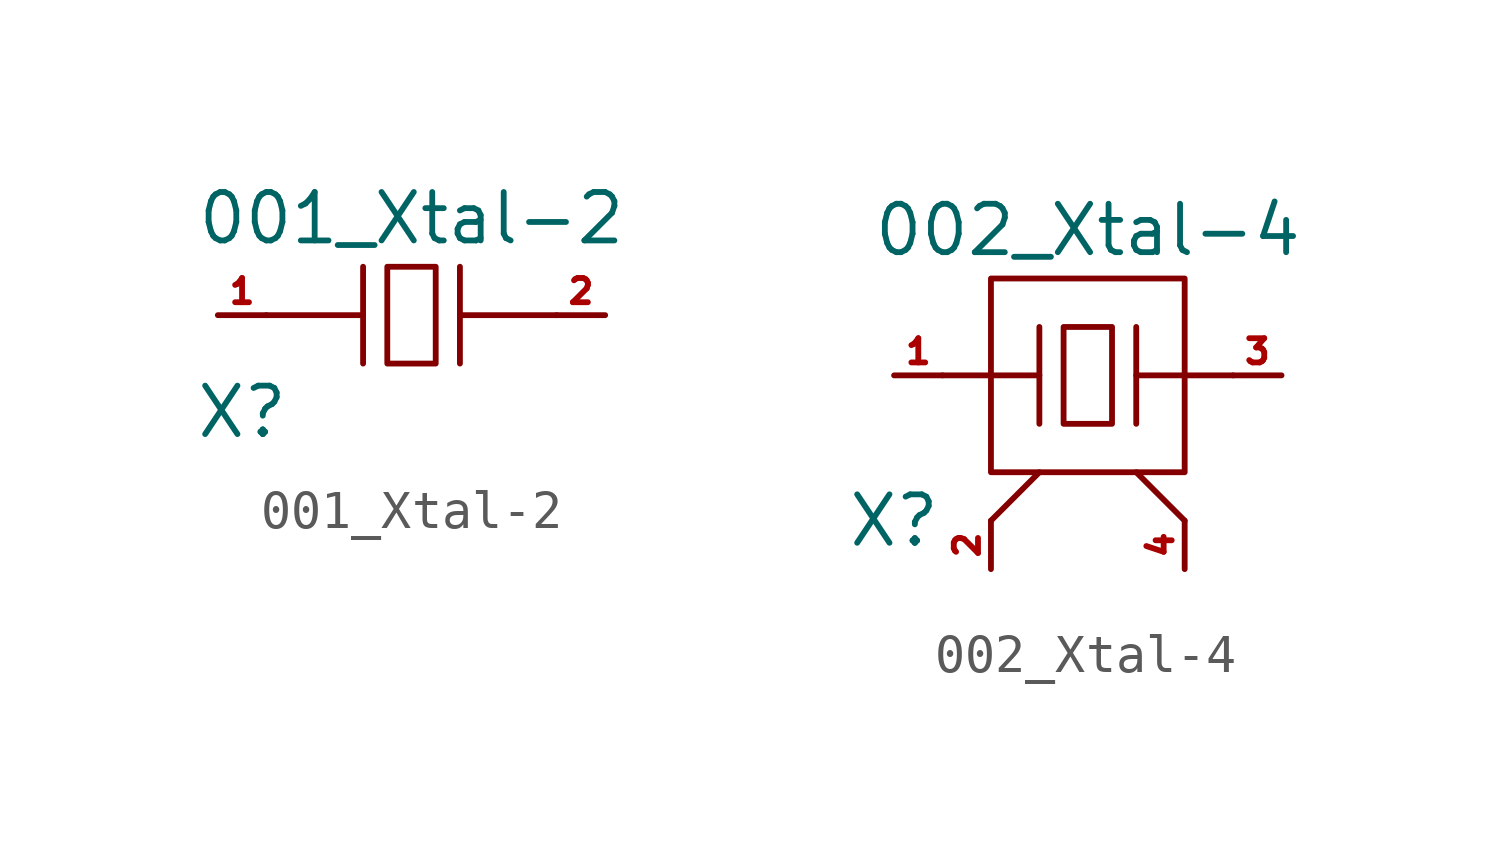
<source format=kicad_sym>
(kicad_symbol_lib
  (version 20211014)
  (generator kicad_symbol_editor)
  (symbol "001_Xtal-2"
    (property "Reference" "X"
      (at -4.445 -2.54 0)
      (effects (font (size 1.27 1.27))))
    (property "Value" "001_Xtal-2"
      (at 0 2.54 0)
      (effects (font (size 1.27 1.27))))
    (symbol "001_Xtal-2_0_1"
      (rectangle (start -0.635 1.27) (end 0.635 -1.27) (stroke (width 0) (type default) (color 0 0 0 0)) (fill (type none)))
      (polyline (pts (xy -3.81 0) (xy -1.27 0)) (stroke (width 0) (type default) (color 0 0 0 0)) (fill (type none)))
      (polyline (pts (xy -1.27 1.27) (xy -1.27 -1.27)) (stroke (width 0) (type default) (color 0 0 0 0)) (fill (type none)))
      (polyline (pts (xy 1.27 0) (xy 3.81 0)) (stroke (width 0) (type default) (color 0 0 0 0)) (fill (type none)))
      (polyline (pts (xy 1.27 1.27) (xy 1.27 -1.27)) (stroke (width 0) (type default) (color 0 0 0 0)) (fill (type none))))
    (symbol "001_Xtal-2_1_1"
      (pin passive line (at -5.08 0 0) (length 1.27) (name "" (effects (font (size 0.635 0.635)))) (number "1" (effects (font (size 0.635 0.635)))))
      (pin passive line (at 5.08 0 180) (length 1.27) (name "" (effects (font (size 0.635 0.635)))) (number "2" (effects (font (size 0.635 0.635)))))))
  (symbol "002_Xtal-4"
    (property "Reference" "X"
      (at -5.08 -3.81 0)
      (effects (font (size 1.27 1.27))))
    (property "Value" "002_Xtal-4"
      (at 0 3.81 0)
      (effects (font (size 1.27 1.27))))
    (symbol "002_Xtal-4_0_1"
      (rectangle (start -2.54 2.54) (end 2.54 -2.54) (stroke (width 0) (type default) (color 0 0 0 0)) (fill (type none)))
      (rectangle (start -0.635 1.27) (end 0.635 -1.27) (stroke (width 0) (type default) (color 0 0 0 0)) (fill (type none)))
      (polyline (pts (xy -3.81 0) (xy -1.27 0)) (stroke (width 0) (type default) (color 0 0 0 0)) (fill (type none)))
      (polyline (pts (xy -2.54 -3.81) (xy -1.27 -2.54)) (stroke (width 0) (type default) (color 0 0 0 0)) (fill (type none)))
      (polyline (pts (xy -1.27 1.27) (xy -1.27 -1.27)) (stroke (width 0) (type default) (color 0 0 0 0)) (fill (type none)))
      (polyline (pts (xy 1.27 0) (xy 3.81 0)) (stroke (width 0) (type default) (color 0 0 0 0)) (fill (type none)))
      (polyline (pts (xy 1.27 1.27) (xy 1.27 -1.27)) (stroke (width 0) (type default) (color 0 0 0 0)) (fill (type none)))
      (polyline (pts (xy 2.54 -3.81) (xy 1.27 -2.54)) (stroke (width 0) (type default) (color 0 0 0 0)) (fill (type none))))
    (symbol "002_Xtal-4_1_1"
      (pin passive line (at -5.08 0 0) (length 1.27) (name "" (effects (font (size 0.635 0.635)))) (number "1" (effects (font (size 0.635 0.635)))))
      (pin passive line (at -2.54 -5.08 90) (length 1.27) (name "" (effects (font (size 0.635 0.635)))) (number "2" (effects (font (size 0.635 0.635)))))
      (pin passive line (at 5.08 0 180) (length 1.27) (name "" (effects (font (size 0.635 0.635)))) (number "3" (effects (font (size 0.635 0.635)))))
      (pin passive line (at 2.54 -5.08 90) (length 1.27) (name "" (effects (font (size 0.635 0.635)))) (number "4" (effects (font (size 0.635 0.635))))))))
</source>
